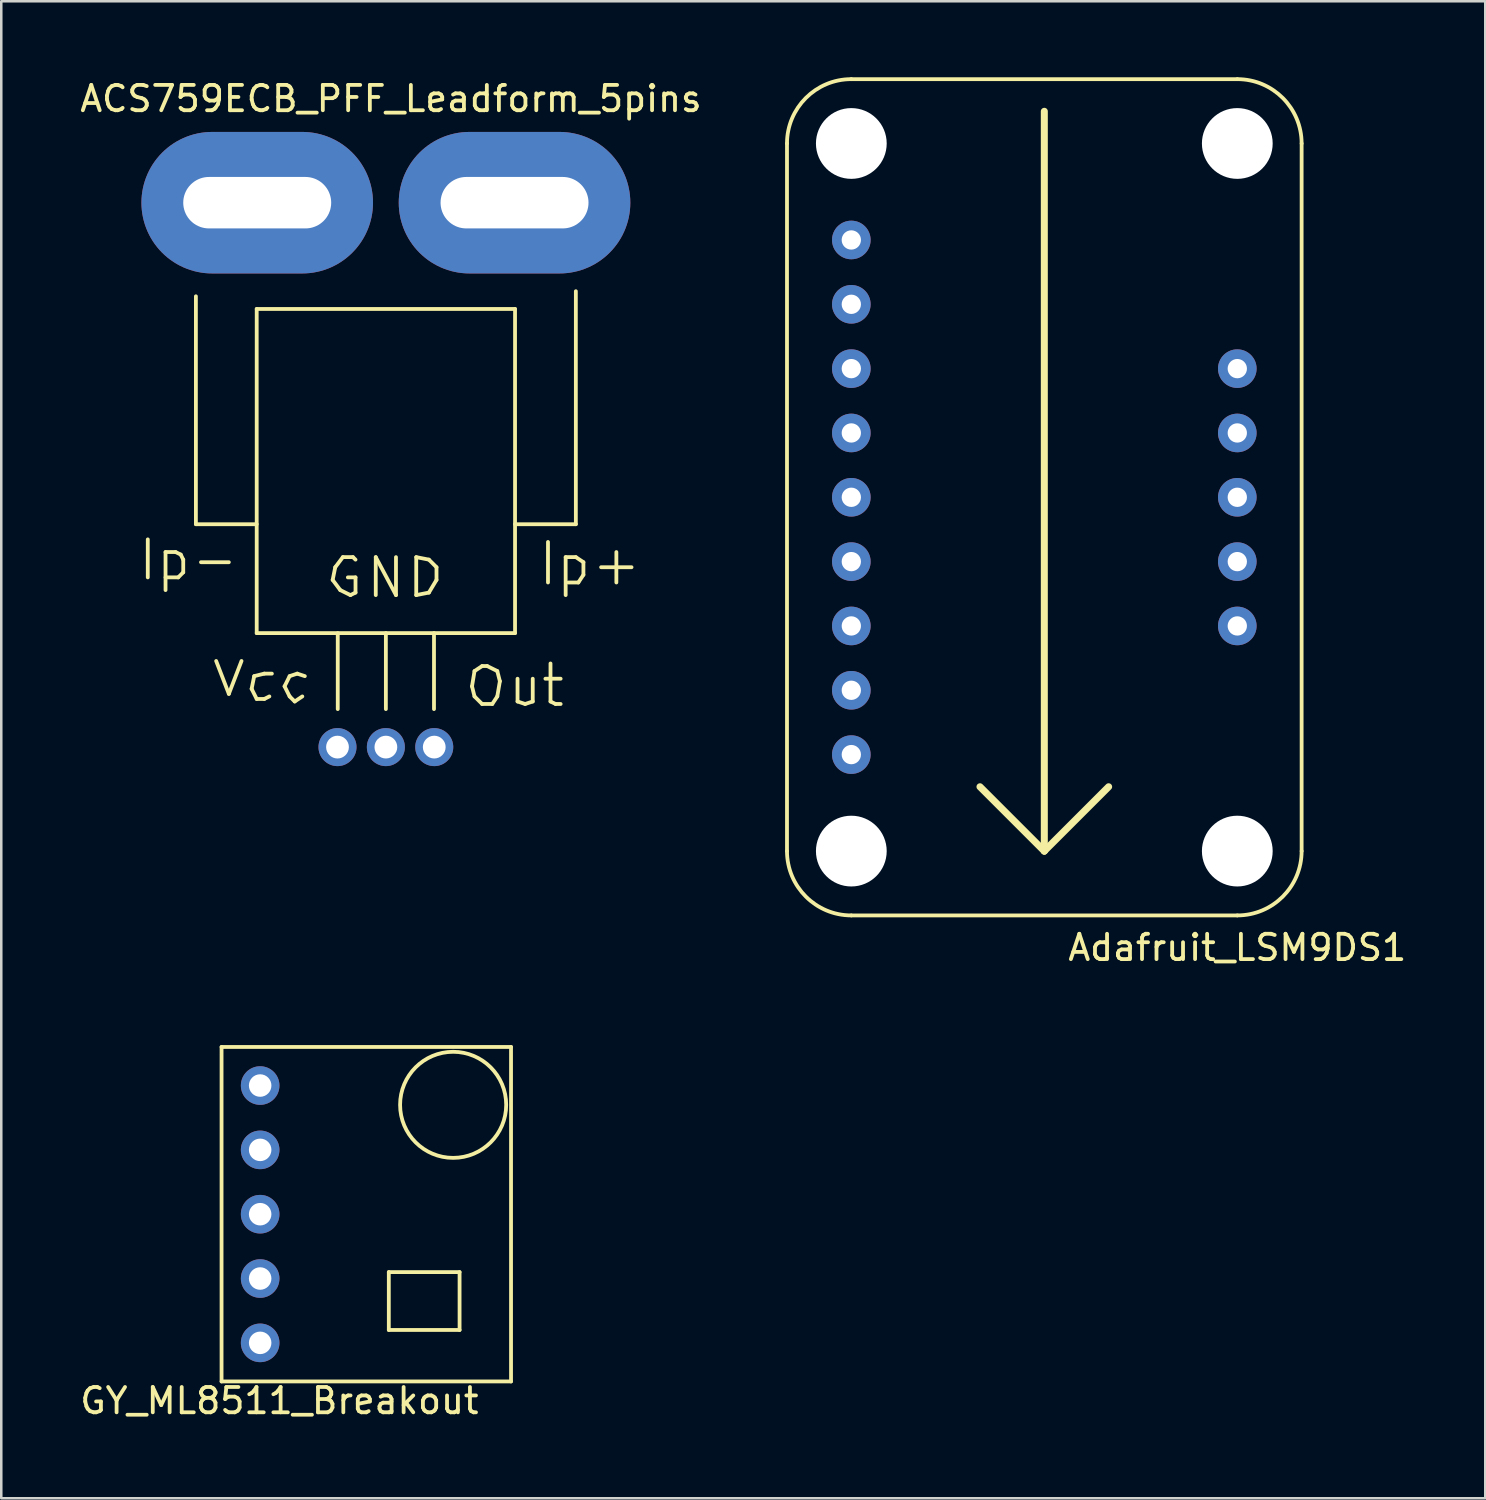
<source format=kicad_pcb>
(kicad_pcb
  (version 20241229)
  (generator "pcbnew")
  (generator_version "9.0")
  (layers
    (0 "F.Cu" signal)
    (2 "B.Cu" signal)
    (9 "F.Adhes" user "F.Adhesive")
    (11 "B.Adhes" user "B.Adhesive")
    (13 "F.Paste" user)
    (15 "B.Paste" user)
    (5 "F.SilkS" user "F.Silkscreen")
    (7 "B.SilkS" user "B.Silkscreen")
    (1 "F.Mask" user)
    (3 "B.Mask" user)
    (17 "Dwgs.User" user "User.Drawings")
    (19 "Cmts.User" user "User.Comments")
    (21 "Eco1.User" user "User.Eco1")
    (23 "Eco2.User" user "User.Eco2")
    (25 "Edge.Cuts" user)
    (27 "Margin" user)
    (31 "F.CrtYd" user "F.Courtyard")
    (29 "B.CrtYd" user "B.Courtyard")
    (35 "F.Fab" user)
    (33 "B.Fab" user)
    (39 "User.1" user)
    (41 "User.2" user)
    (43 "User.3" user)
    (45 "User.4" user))
  (footprint "ACS759ECB_PFF_Leadform_5pins"
    (layer "F.Cu")
    (at 12.186 15.748)
    (property "Reference" "ACS759ECB_PFF_Leadform_5pins" (at 0.201 -14.9 0) (layer "F.SilkS") (effects (font (size 1 1) (thickness 0.15))))
    (attr through_hole)
    (fp_line (start -9.401 2.499) (end -9.401 4) (stroke (width 0.15) (type solid)) (layer "F.SilkS"))
    (fp_line (start -8.7 3) (end -8.7 4.501) (stroke (width 0.15) (type solid)) (layer "F.SilkS"))
    (fp_line (start -8.7 3) (end -8.301 3) (stroke (width 0.15) (type solid)) (layer "F.SilkS"))
    (fp_line (start -8.301 3) (end -8.1 3.099) (stroke (width 0.15) (type solid)) (layer "F.SilkS"))
    (fp_line (start -8.199 4) (end -8.7 4) (stroke (width 0.15) (type solid)) (layer "F.SilkS"))
    (fp_line (start -8.1 3.099) (end -8.001 3.299) (stroke (width 0.15) (type solid)) (layer "F.SilkS"))
    (fp_line (start -8.001 3.299) (end -8.001 3.8) (stroke (width 0.15) (type solid)) (layer "F.SilkS"))
    (fp_line (start -8.001 3.8) (end -8.199 4) (stroke (width 0.15) (type solid)) (layer "F.SilkS"))
    (fp_line (start -7.501 1.9) (end -7.501 -7.099) (stroke (width 0.15) (type solid)) (layer "F.SilkS"))
    (fp_line (start -6.701 7.3) (end -6.2 8.6) (stroke (width 0.15) (type solid)) (layer "F.SilkS"))
    (fp_line (start -6.2 3.401) (end -7.3 3.401) (stroke (width 0.15) (type solid)) (layer "F.SilkS"))
    (fp_line (start -6.2 8.6) (end -5.7 7.3) (stroke (width 0.15) (type solid)) (layer "F.SilkS"))
    (fp_line (start -5.301 8.4) (end -5.1 8.801) (stroke (width 0.15) (type solid)) (layer "F.SilkS"))
    (fp_line (start -5.199 7.899) (end -5.301 8.4) (stroke (width 0.15) (type solid)) (layer "F.SilkS"))
    (fp_line (start -5.1 -6.599) (end 5.1 -6.599) (stroke (width 0.15) (type solid)) (layer "F.SilkS"))
    (fp_line (start -5.1 1.9) (end -7.501 1.9) (stroke (width 0.15) (type solid)) (layer "F.SilkS"))
    (fp_line (start -5.1 6.2) (end -5.1 -6.599) (stroke (width 0.15) (type solid)) (layer "F.SilkS"))
    (fp_line (start -5.1 8.801) (end -4.801 8.801) (stroke (width 0.15) (type solid)) (layer "F.SilkS"))
    (fp_line (start -4.801 7.8) (end -5.199 7.899) (stroke (width 0.15) (type solid)) (layer "F.SilkS"))
    (fp_line (start -4.801 8.801) (end -4.6 8.7) (stroke (width 0.15) (type solid)) (layer "F.SilkS"))
    (fp_line (start -4.501 7.8) (end -4.801 7.8) (stroke (width 0.15) (type solid)) (layer "F.SilkS"))
    (fp_line (start -4 8.301) (end -3.8 8.7) (stroke (width 0.15) (type solid)) (layer "F.SilkS"))
    (fp_line (start -3.8 7.899) (end -4 8.301) (stroke (width 0.15) (type solid)) (layer "F.SilkS"))
    (fp_line (start -3.8 8.7) (end -3.599 8.9) (stroke (width 0.15) (type solid)) (layer "F.SilkS"))
    (fp_line (start -3.599 8.9) (end -3.299 8.7) (stroke (width 0.15) (type solid)) (layer "F.SilkS"))
    (fp_line (start -3.5 7.8) (end -3.8 7.899) (stroke (width 0.15) (type solid)) (layer "F.SilkS"))
    (fp_line (start -3.2 7.899) (end -3.5 7.8) (stroke (width 0.15) (type solid)) (layer "F.SilkS"))
    (fp_line (start -2.101 4.1) (end -1.801 4.501) (stroke (width 0.15) (type solid)) (layer "F.SilkS"))
    (fp_line (start -1.999 3.599) (end -2.101 4.1) (stroke (width 0.15) (type solid)) (layer "F.SilkS"))
    (fp_line (start -1.9 6.2) (end -1.9 9.2) (stroke (width 0.15) (type solid)) (layer "F.SilkS"))
    (fp_line (start -1.801 4.501) (end -1.4 4.699) (stroke (width 0.15) (type solid)) (layer "F.SilkS"))
    (fp_line (start -1.699 3.2) (end -1.999 3.599) (stroke (width 0.15) (type solid)) (layer "F.SilkS"))
    (fp_line (start -1.4 4.699) (end -1.199 4.6) (stroke (width 0.15) (type solid)) (layer "F.SilkS"))
    (fp_line (start -1.3 3.2) (end -1.699 3.2) (stroke (width 0.15) (type solid)) (layer "F.SilkS"))
    (fp_line (start -1.199 3.299) (end -1.3 3.2) (stroke (width 0.15) (type solid)) (layer "F.SilkS"))
    (fp_line (start -1.199 4) (end -1.501 4) (stroke (width 0.15) (type solid)) (layer "F.SilkS"))
    (fp_line (start -1.199 4.6) (end -1.199 4) (stroke (width 0.15) (type solid)) (layer "F.SilkS"))
    (fp_line (start -0.399 3.2) (end 0.399 4.699) (stroke (width 0.15) (type solid)) (layer "F.SilkS"))
    (fp_line (start -0.399 4.699) (end -0.399 3.2) (stroke (width 0.15) (type solid)) (layer "F.SilkS"))
    (fp_line (start 0 6.2) (end 0 9.2) (stroke (width 0.15) (type solid)) (layer "F.SilkS"))
    (fp_line (start 0.399 4.699) (end 0.399 3.2) (stroke (width 0.15) (type solid)) (layer "F.SilkS"))
    (fp_line (start 1.199 3.2) (end 1.199 4.699) (stroke (width 0.15) (type solid)) (layer "F.SilkS"))
    (fp_line (start 1.199 4.699) (end 1.699 4.6) (stroke (width 0.15) (type solid)) (layer "F.SilkS"))
    (fp_line (start 1.699 3.299) (end 1.199 3.2) (stroke (width 0.15) (type solid)) (layer "F.SilkS"))
    (fp_line (start 1.699 4.6) (end 1.999 4.1) (stroke (width 0.15) (type solid)) (layer "F.SilkS"))
    (fp_line (start 1.9 6.2) (end 1.9 9.2) (stroke (width 0.15) (type solid)) (layer "F.SilkS"))
    (fp_line (start 1.999 3.599) (end 1.699 3.299) (stroke (width 0.15) (type solid)) (layer "F.SilkS"))
    (fp_line (start 1.999 4.1) (end 1.999 3.599) (stroke (width 0.15) (type solid)) (layer "F.SilkS"))
    (fp_line (start 3.401 8.301) (end 3.5 8.7) (stroke (width 0.15) (type solid)) (layer "F.SilkS"))
    (fp_line (start 3.5 7.699) (end 3.401 8.301) (stroke (width 0.15) (type solid)) (layer "F.SilkS"))
    (fp_line (start 3.5 8.7) (end 3.8 8.999) (stroke (width 0.15) (type solid)) (layer "F.SilkS"))
    (fp_line (start 3.8 7.501) (end 3.5 7.699) (stroke (width 0.15) (type solid)) (layer "F.SilkS"))
    (fp_line (start 3.8 8.999) (end 4.201 8.999) (stroke (width 0.15) (type solid)) (layer "F.SilkS"))
    (fp_line (start 4 7.501) (end 3.8 7.501) (stroke (width 0.15) (type solid)) (layer "F.SilkS"))
    (fp_line (start 4.201 8.999) (end 4.399 8.7) (stroke (width 0.15) (type solid)) (layer "F.SilkS"))
    (fp_line (start 4.399 7.699) (end 4 7.501) (stroke (width 0.15) (type solid)) (layer "F.SilkS"))
    (fp_line (start 4.399 8.7) (end 4.501 8.1) (stroke (width 0.15) (type solid)) (layer "F.SilkS"))
    (fp_line (start 4.501 8.1) (end 4.399 7.699) (stroke (width 0.15) (type solid)) (layer "F.SilkS"))
    (fp_line (start 5.1 -6.599) (end 5.1 6.2) (stroke (width 0.15) (type solid)) (layer "F.SilkS"))
    (fp_line (start 5.1 1.9) (end 7.501 1.9) (stroke (width 0.15) (type solid)) (layer "F.SilkS"))
    (fp_line (start 5.1 6.2) (end -5.1 6.2) (stroke (width 0.15) (type solid)) (layer "F.SilkS"))
    (fp_line (start 5.199 8.001) (end 5.199 8.9) (stroke (width 0.15) (type solid)) (layer "F.SilkS"))
    (fp_line (start 5.199 8.9) (end 5.499 8.999) (stroke (width 0.15) (type solid)) (layer "F.SilkS"))
    (fp_line (start 5.499 8.999) (end 5.799 8.9) (stroke (width 0.15) (type solid)) (layer "F.SilkS"))
    (fp_line (start 5.799 8.9) (end 5.799 8.001) (stroke (width 0.15) (type solid)) (layer "F.SilkS"))
    (fp_line (start 6.401 2.601) (end 6.401 4.201) (stroke (width 0.15) (type solid)) (layer "F.SilkS"))
    (fp_line (start 6.5 7.399) (end 6.5 8.9) (stroke (width 0.15) (type solid)) (layer "F.SilkS"))
    (fp_line (start 6.5 8.9) (end 6.701 8.999) (stroke (width 0.15) (type solid)) (layer "F.SilkS"))
    (fp_line (start 6.701 8.999) (end 6.901 8.999) (stroke (width 0.15) (type solid)) (layer "F.SilkS"))
    (fp_line (start 6.901 8.001) (end 6.299 8.001) (stroke (width 0.15) (type solid)) (layer "F.SilkS"))
    (fp_line (start 7.099 3.2) (end 7.099 4.699) (stroke (width 0.15) (type solid)) (layer "F.SilkS"))
    (fp_line (start 7.099 3.2) (end 7.501 3.2) (stroke (width 0.15) (type solid)) (layer "F.SilkS"))
    (fp_line (start 7.501 1.9) (end 7.501 -7.3) (stroke (width 0.15) (type solid)) (layer "F.SilkS"))
    (fp_line (start 7.501 3.2) (end 7.8 3.401) (stroke (width 0.15) (type solid)) (layer "F.SilkS"))
    (fp_line (start 7.6 4.201) (end 7.201 4.201) (stroke (width 0.15) (type solid)) (layer "F.SilkS"))
    (fp_line (start 7.8 3.401) (end 7.8 3.899) (stroke (width 0.15) (type solid)) (layer "F.SilkS"))
    (fp_line (start 7.8 3.899) (end 7.6 4.201) (stroke (width 0.15) (type solid)) (layer "F.SilkS"))
    (fp_line (start 9.101 3) (end 9.101 4.201) (stroke (width 0.15) (type solid)) (layer "F.SilkS"))
    (fp_line (start 9.7 3.599) (end 8.499 3.599) (stroke (width 0.15) (type solid)) (layer "F.SilkS"))
    (pad "1" thru_hole circle (at -1.91 10.701) (size 1.501 1.501) (drill 0.899) (layers "*.Cu" "*.Mask"))
    (pad "2" thru_hole circle (at 0 10.701) (size 1.501 1.501) (drill 0.899) (layers "*.Cu" "*.Mask"))
    (pad "3" thru_hole circle (at 1.91 10.701) (size 1.501 1.501) (drill 0.899) (layers "*.Cu" "*.Mask"))
    (pad "4" thru_hole oval (at 5.08 -10.795) (size 9.144 5.588) (drill oval 5.842 2.032) (layers "*.Cu" "*.Mask"))
    (pad "5" thru_hole oval (at -5.08 -10.795) (size 9.144 5.588) (drill oval 5.842 2.032) (layers "*.Cu" "*.Mask")))
  (footprint "GY_ML8511_Breakout"
    (layer "F.Cu")
    (at 5.698 51.496)
    (property "Reference" "GY_ML8511_Breakout" (at 2.284 0.764 0) (layer "F.SilkS") (effects (font (size 1 1) (thickness 0.15))))
    (attr through_hole)
    (fp_line (start 0 0) (end 0 -13.208) (stroke (width 0.15) (type solid)) (layer "F.SilkS"))
    (fp_line (start 0 0) (end 11.43 0) (stroke (width 0.15) (type solid)) (layer "F.SilkS"))
    (fp_line (start 6.604 -4.318) (end 6.604 -2.032) (stroke (width 0.15) (type solid)) (layer "F.SilkS"))
    (fp_line (start 9.398 -4.318) (end 6.604 -4.318) (stroke (width 0.15) (type solid)) (layer "F.SilkS"))
    (fp_line (start 9.398 -4.318) (end 9.398 -2.032) (stroke (width 0.15) (type solid)) (layer "F.SilkS"))
    (fp_line (start 9.398 -2.032) (end 6.604 -2.032) (stroke (width 0.15) (type solid)) (layer "F.SilkS"))
    (fp_line (start 11.43 -13.208) (end 0 -13.208) (stroke (width 0.15) (type solid)) (layer "F.SilkS"))
    (fp_line (start 11.43 0) (end 11.43 -13.208) (stroke (width 0.15) (type solid)) (layer "F.SilkS"))
    (fp_circle (center 9.144 -10.922) (end 8.636 -12.954) (stroke (width 0.15) (type solid)) (fill no) (layer "F.SilkS"))
    (pad "1" thru_hole circle (at 1.524 -11.684) (size 1.524 1.524) (drill 0.889) (layers "*.Cu" "*.Mask"))
    (pad "2" thru_hole circle (at 1.524 -9.144) (size 1.524 1.524) (drill 0.889) (layers "*.Cu" "*.Mask"))
    (pad "3" thru_hole circle (at 1.524 -6.604) (size 1.524 1.524) (drill 0.889) (layers "*.Cu" "*.Mask"))
    (pad "4" thru_hole circle (at 1.524 -4.064) (size 1.524 1.524) (drill 0.889) (layers "*.Cu" "*.Mask"))
    (pad "5" thru_hole circle (at 1.524 -1.524) (size 1.524 1.524) (drill 0.889) (layers "*.Cu" "*.Mask")))
  (footprint "Adafruit_LSM9DS1"
    (layer "F.Cu")
    (at 28.024 33.095)
    (property "Reference" "Adafruit_LSM9DS1" (at 17.78 1.27 0) (layer "F.SilkS") (effects (font (size 1 1) (thickness 0.15))))
    (attr through_hole)
    (fp_line (start 0 -30.48) (end 0 -2.54) (stroke (width 0.15) (type solid)) (layer "F.SilkS"))
    (fp_line (start 2.54 -33.02) (end 17.78 -33.02) (stroke (width 0.15) (type solid)) (layer "F.SilkS"))
    (fp_line (start 2.54 0) (end 17.78 0) (stroke (width 0.15) (type solid)) (layer "F.SilkS"))
    (fp_line (start 10.16 -31.75) (end 10.16 -2.54) (stroke (width 0.277) (type solid)) (layer "F.SilkS"))
    (fp_line (start 10.16 -2.54) (end 7.62 -5.08) (stroke (width 0.277) (type solid)) (layer "F.SilkS"))
    (fp_line (start 10.16 -2.54) (end 12.7 -5.08) (stroke (width 0.277) (type solid)) (layer "F.SilkS"))
    (fp_line (start 20.32 -2.54) (end 20.32 -30.48) (stroke (width 0.15) (type solid)) (layer "F.SilkS"))
    (fp_arc (start 0 -30.48) (mid 0.743949 -32.276051) (end 2.54 -33.02) (stroke (width 0.15) (type solid)) (layer "F.SilkS"))
    (fp_arc (start 2.54 0) (mid 0.743949 -0.743949) (end 0 -2.54) (stroke (width 0.15) (type solid)) (layer "F.SilkS"))
    (fp_arc (start 17.78 -33.02) (mid 19.576051 -32.276051) (end 20.32 -30.48) (stroke (width 0.15) (type solid)) (layer "F.SilkS"))
    (fp_arc (start 20.32 -2.54) (mid 19.576051 -0.743949) (end 17.78 0) (stroke (width 0.15) (type solid)) (layer "F.SilkS"))
    (pad "" np_thru_hole circle (at 2.54 -30.48) (size 2.794 2.794) (drill 2.794) (layers "*.Cu" "*.Mask"))
    (pad "" np_thru_hole circle (at 2.54 -2.54) (size 2.794 2.794) (drill 2.794) (layers "*.Cu" "*.Mask"))
    (pad "" np_thru_hole circle (at 17.78 -30.48) (size 2.794 2.794) (drill 2.794) (layers "*.Cu" "*.Mask"))
    (pad "" np_thru_hole circle (at 17.78 -2.54) (size 2.794 2.794) (drill 2.794) (layers "*.Cu" "*.Mask"))
    (pad "1" thru_hole circle (at 2.54 -26.67) (size 1.524 1.524) (drill 0.762) (layers "*.Cu" "*.Mask"))
    (pad "2" thru_hole circle (at 2.54 -24.13) (size 1.524 1.524) (drill 0.762) (layers "*.Cu" "*.Mask"))
    (pad "3" thru_hole circle (at 2.54 -21.59) (size 1.524 1.524) (drill 0.762) (layers "*.Cu" "*.Mask"))
    (pad "4" thru_hole circle (at 2.54 -19.05) (size 1.524 1.524) (drill 0.762) (layers "*.Cu" "*.Mask"))
    (pad "5" thru_hole circle (at 2.54 -16.51) (size 1.524 1.524) (drill 0.762) (layers "*.Cu" "*.Mask"))
    (pad "6" thru_hole circle (at 2.54 -13.97) (size 1.524 1.524) (drill 0.762) (layers "*.Cu" "*.Mask"))
    (pad "7" thru_hole circle (at 2.54 -11.43) (size 1.524 1.524) (drill 0.762) (layers "*.Cu" "*.Mask"))
    (pad "8" thru_hole circle (at 2.54 -8.89) (size 1.524 1.524) (drill 0.762) (layers "*.Cu" "*.Mask"))
    (pad "9" thru_hole circle (at 2.54 -6.35) (size 1.524 1.524) (drill 0.762) (layers "*.Cu" "*.Mask"))
    (pad "10" thru_hole circle (at 17.78 -21.59) (size 1.524 1.524) (drill 0.762) (layers "*.Cu" "*.Mask"))
    (pad "11" thru_hole circle (at 17.78 -19.05) (size 1.524 1.524) (drill 0.762) (layers "*.Cu" "*.Mask"))
    (pad "12" thru_hole circle (at 17.78 -16.51) (size 1.524 1.524) (drill 0.762) (layers "*.Cu" "*.Mask"))
    (pad "13" thru_hole circle (at 17.78 -13.97) (size 1.524 1.524) (drill 0.762) (layers "*.Cu" "*.Mask"))
    (pad "14" thru_hole circle (at 17.78 -11.43) (size 1.524 1.524) (drill 0.762) (layers "*.Cu" "*.Mask")))
  (gr_rect
    (start -3 -3)
    (end 55.595 56.108)
    (stroke (width 0.1) (type default))
    (fill no)
    (layer "Edge.Cuts")))
</source>
